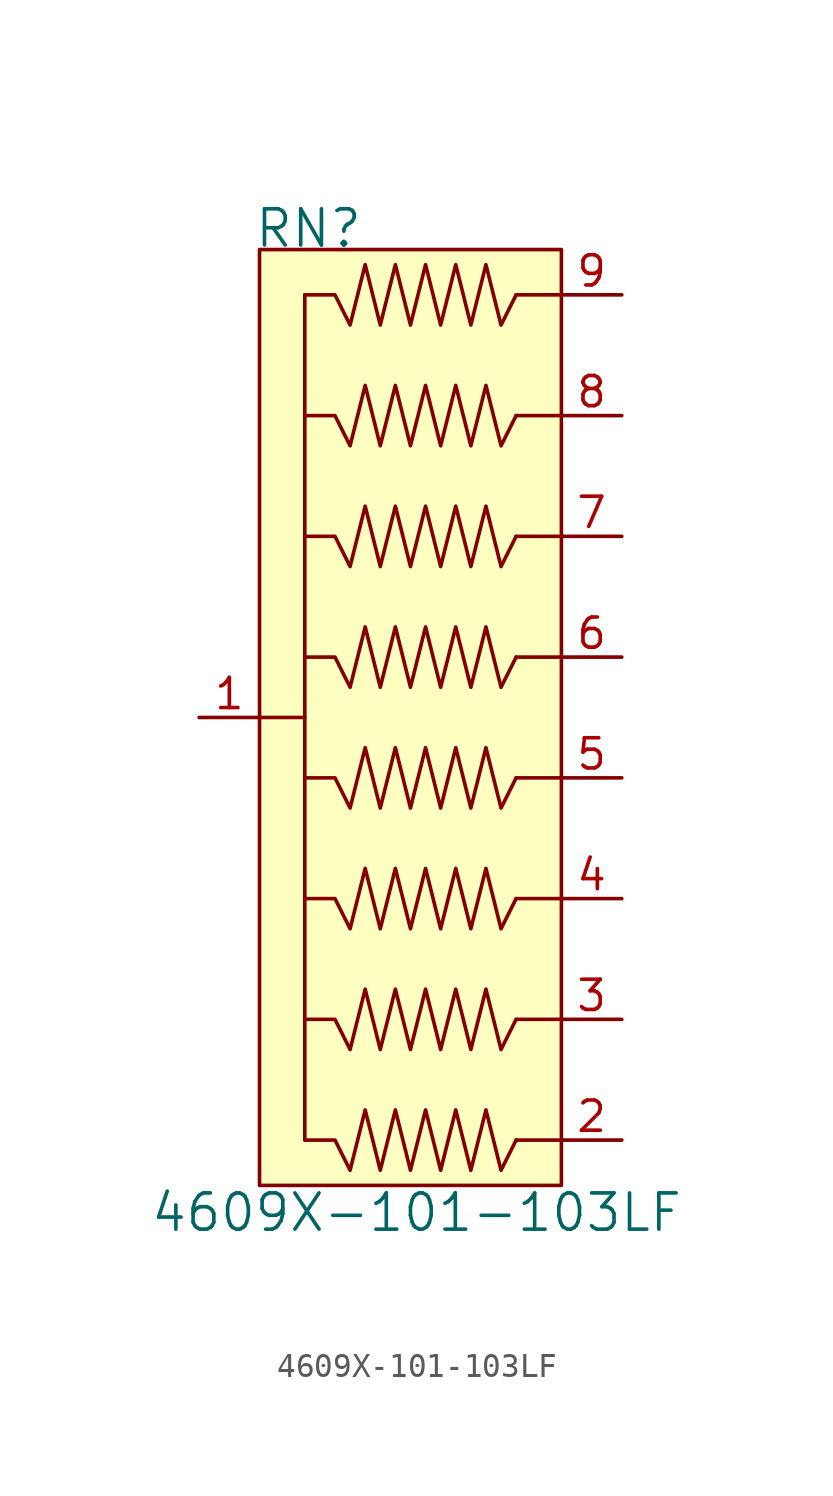
<source format=kicad_sym>
(kicad_symbol_lib
  (version 20220914)
  (generator kicad_symbol_editor)
  (symbol "4609X-101-103LF"
    (pin_names
      (offset 1.016))
    (property "Reference" "RN"
      (at -6.858 20.574 0)
      (effects (font (size 1.524 1.524)) (justify left)))
    (property "Value" "4609X-101-103LF"
      (at 0 -20.828 0)
      (effects (font (size 1.524 1.524))))
    (symbol "4609X-101-103LF_0_1"
      (rectangle (start -6.604 -19.685) (end 6.096 19.685) (stroke (width 0) (type solid)) (fill (type background)))
      (polyline (pts (xy -6.604 0) (xy -4.699 0)) (stroke (width 0) (type solid)) (fill (type none)))
      (polyline (pts (xy -4.699 -17.78) (xy -4.699 17.78)) (stroke (width 0) (type solid)) (fill (type none))))
    (symbol "4609X-101-103LF_1_1"
      (polyline (pts (xy 6.096 -17.78) (xy 4.191 -17.78)) (stroke (width 0) (type solid)) (fill (type none)))
      (polyline (pts (xy 6.096 -12.7) (xy 4.191 -12.7)) (stroke (width 0) (type solid)) (fill (type none)))
      (polyline (pts (xy 6.096 -7.62) (xy 4.191 -7.62)) (stroke (width 0) (type solid)) (fill (type none)))
      (polyline (pts (xy 6.096 -2.54) (xy 4.191 -2.54)) (stroke (width 0) (type solid)) (fill (type none)))
      (polyline (pts (xy 6.096 2.54) (xy 4.191 2.54)) (stroke (width 0) (type solid)) (fill (type none)))
      (polyline (pts (xy 6.096 7.62) (xy 4.191 7.62)) (stroke (width 0) (type solid)) (fill (type none)))
      (polyline (pts (xy 6.096 12.7) (xy 4.191 12.7)) (stroke (width 0) (type solid)) (fill (type none)))
      (polyline (pts (xy 6.096 17.78) (xy 4.191 17.78)) (stroke (width 0) (type solid)) (fill (type none)))
      (polyline (pts (xy 4.191 -17.78) (xy 3.556 -19.05) (xy 2.921 -16.51) (xy 2.286 -19.05) (xy 1.651 -16.51) (xy 1.016 -19.05) (xy 0.381 -16.51) (xy -0.254 -19.05) (xy -0.889 -16.51) (xy -1.524 -19.05) (xy -2.159 -16.51) (xy -2.794 -19.05) (xy -3.429 -17.78) (xy -4.699 -17.78)) (stroke (width 0) (type solid)) (fill (type none)))
      (polyline (pts (xy 4.191 -12.7) (xy 3.556 -13.97) (xy 2.921 -11.43) (xy 2.286 -13.97) (xy 1.651 -11.43) (xy 1.016 -13.97) (xy 0.381 -11.43) (xy -0.254 -13.97) (xy -0.889 -11.43) (xy -1.524 -13.97) (xy -2.159 -11.43) (xy -2.794 -13.97) (xy -3.429 -12.7) (xy -4.699 -12.7)) (stroke (width 0) (type solid)) (fill (type none)))
      (polyline (pts (xy 4.191 -7.62) (xy 3.556 -8.89) (xy 2.921 -6.35) (xy 2.286 -8.89) (xy 1.651 -6.35) (xy 1.016 -8.89) (xy 0.381 -6.35) (xy -0.254 -8.89) (xy -0.889 -6.35) (xy -1.524 -8.89) (xy -2.159 -6.35) (xy -2.794 -8.89) (xy -3.429 -7.62) (xy -4.699 -7.62)) (stroke (width 0) (type solid)) (fill (type none)))
      (polyline (pts (xy 4.191 -2.54) (xy 3.556 -3.81) (xy 2.921 -1.27) (xy 2.286 -3.81) (xy 1.651 -1.27) (xy 1.016 -3.81) (xy 0.381 -1.27) (xy -0.254 -3.81) (xy -0.889 -1.27) (xy -1.524 -3.81) (xy -2.159 -1.27) (xy -2.794 -3.81) (xy -3.429 -2.54) (xy -4.699 -2.54)) (stroke (width 0) (type solid)) (fill (type none)))
      (polyline (pts (xy 4.191 2.54) (xy 3.556 1.27) (xy 2.921 3.81) (xy 2.286 1.27) (xy 1.651 3.81) (xy 1.016 1.27) (xy 0.381 3.81) (xy -0.254 1.27) (xy -0.889 3.81) (xy -1.524 1.27) (xy -2.159 3.81) (xy -2.794 1.27) (xy -3.429 2.54) (xy -4.699 2.54)) (stroke (width 0) (type solid)) (fill (type none)))
      (polyline (pts (xy 4.191 7.62) (xy 3.556 6.35) (xy 2.921 8.89) (xy 2.286 6.35) (xy 1.651 8.89) (xy 1.016 6.35) (xy 0.381 8.89) (xy -0.254 6.35) (xy -0.889 8.89) (xy -1.524 6.35) (xy -2.159 8.89) (xy -2.794 6.35) (xy -3.429 7.62) (xy -4.699 7.62)) (stroke (width 0) (type solid)) (fill (type none)))
      (polyline (pts (xy 4.191 12.7) (xy 3.556 11.43) (xy 2.921 13.97) (xy 2.286 11.43) (xy 1.651 13.97) (xy 1.016 11.43) (xy 0.381 13.97) (xy -0.254 11.43) (xy -0.889 13.97) (xy -1.524 11.43) (xy -2.159 13.97) (xy -2.794 11.43) (xy -3.429 12.7) (xy -4.699 12.7)) (stroke (width 0) (type solid)) (fill (type none)))
      (polyline (pts (xy 4.191 17.78) (xy 3.556 16.51) (xy 2.921 19.05) (xy 2.286 16.51) (xy 1.651 19.05) (xy 1.016 16.51) (xy 0.381 19.05) (xy -0.254 16.51) (xy -0.889 19.05) (xy -1.524 16.51) (xy -2.159 19.05) (xy -2.794 16.51) (xy -3.429 17.78) (xy -4.699 17.78)) (stroke (width 0) (type solid)) (fill (type none)))
      (pin passive line (at -9.144 0 0) (length 2.54) (name "~" (effects (font (size 1.27 1.27)))) (number "1" (effects (font (size 1.27 1.27)))))
      (pin passive line (at 8.636 -17.78 180) (length 2.54) (name "~" (effects (font (size 1.27 1.27)))) (number "2" (effects (font (size 1.27 1.27)))))
      (pin passive line (at 8.636 -12.7 180) (length 2.54) (name "~" (effects (font (size 1.27 1.27)))) (number "3" (effects (font (size 1.27 1.27)))))
      (pin passive line (at 8.636 -7.62 180) (length 2.54) (name "~" (effects (font (size 1.27 1.27)))) (number "4" (effects (font (size 1.27 1.27)))))
      (pin passive line (at 8.636 -2.54 180) (length 2.54) (name "~" (effects (font (size 1.27 1.27)))) (number "5" (effects (font (size 1.27 1.27)))))
      (pin passive line (at 8.636 2.54 180) (length 2.54) (name "~" (effects (font (size 1.27 1.27)))) (number "6" (effects (font (size 1.27 1.27)))))
      (pin passive line (at 8.636 7.62 180) (length 2.54) (name "~" (effects (font (size 1.27 1.27)))) (number "7" (effects (font (size 1.27 1.27)))))
      (pin passive line (at 8.636 12.7 180) (length 2.54) (name "~" (effects (font (size 1.27 1.27)))) (number "8" (effects (font (size 1.27 1.27)))))
      (pin passive line (at 8.636 17.78 180) (length 2.54) (name "~" (effects (font (size 1.27 1.27)))) (number "9" (effects (font (size 1.27 1.27))))))))
</source>
